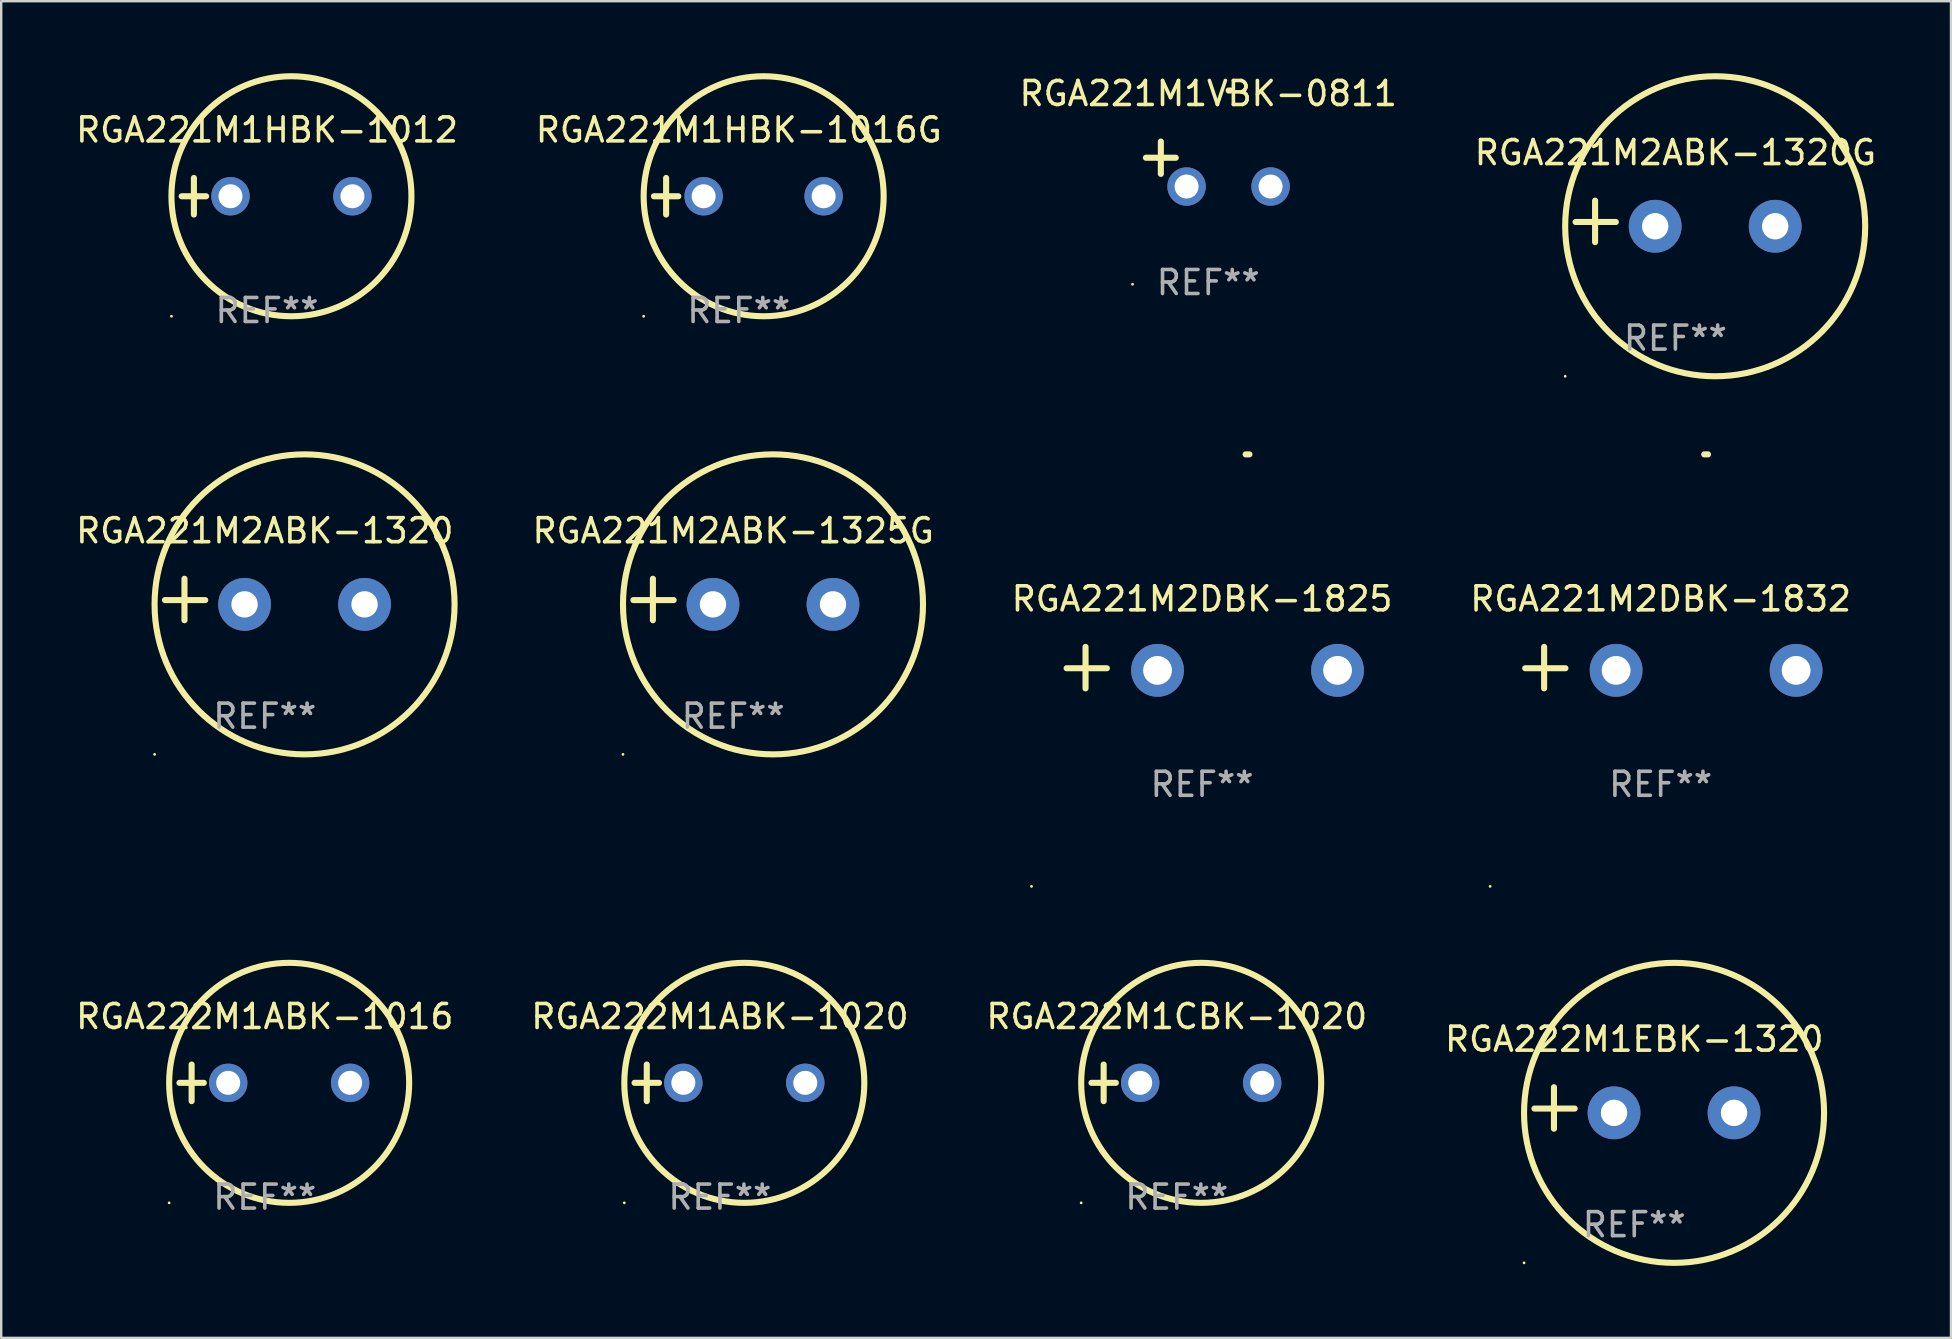
<source format=kicad_pcb>
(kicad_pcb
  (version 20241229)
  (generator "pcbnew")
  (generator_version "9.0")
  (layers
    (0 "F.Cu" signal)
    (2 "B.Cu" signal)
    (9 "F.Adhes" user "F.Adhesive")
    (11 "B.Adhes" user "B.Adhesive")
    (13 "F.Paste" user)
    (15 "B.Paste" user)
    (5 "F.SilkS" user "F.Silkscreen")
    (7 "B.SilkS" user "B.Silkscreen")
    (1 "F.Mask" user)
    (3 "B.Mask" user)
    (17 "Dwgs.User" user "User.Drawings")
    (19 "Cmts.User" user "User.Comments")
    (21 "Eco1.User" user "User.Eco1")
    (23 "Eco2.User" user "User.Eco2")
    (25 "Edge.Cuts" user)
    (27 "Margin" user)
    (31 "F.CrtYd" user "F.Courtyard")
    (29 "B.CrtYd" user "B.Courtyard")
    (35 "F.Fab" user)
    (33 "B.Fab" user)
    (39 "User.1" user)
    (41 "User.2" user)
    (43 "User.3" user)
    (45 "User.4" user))
  (footprint "RGA221M2DBK-1825"
    (layer "F.Cu")
    (at 47.035 24.767)
    (property "Reference" "RGA221M2DBK-1825" (at 0 -2.864 0) (layer "F.SilkS") (effects (font (size 1 1) (thickness 0.15))))
    (attr through_hole)
    (fp_line (start -4.856 0.864) (end -4.856 -0.864) (stroke (width 0.254) (type solid)) (layer "F.SilkS"))
    (fp_line (start -3.967 0.025) (end -5.644 0.025) (stroke (width 0.254) (type solid)) (layer "F.SilkS"))
    (fp_arc (start 1.815024 -8.885649) (mid 1.893764 -8.88599) (end 1.972504 -8.885649) (stroke (width 0.254001) (type solid)) (layer "F.SilkS"))
    (fp_circle (center -7.106 9.114) (end -7.076 9.114) (stroke (width 0.06) (type solid)) (fill no) (layer "F.SilkS"))
    (fp_text user "REF**" (at 0 4.864 0) (layer "F.Fab") (effects (font (size 1 1) (thickness 0.15))))
    (pad "1" thru_hole circle (at -1.856 0.114) (size 2.2 2.2) (drill 1.2) (layers "*.Cu" "*.Mask"))
    (pad "2" thru_hole circle (at 5.644 0.114) (size 2.2 2.2) (drill 1.2) (layers "*.Cu" "*.Mask")))
  (footprint "RGA221M1HBK-1016G"
    (layer "F.Cu")
    (at 27.732 5.127)
    (property "Reference" "RGA221M1HBK-1016G" (at 0 -2.762 0) (layer "F.SilkS") (effects (font (size 1 1) (thickness 0.15))))
    (attr through_hole)
    (fp_line (start -3.536 0) (end -2.52 0) (stroke (width 0.254) (type solid)) (layer "F.SilkS"))
    (fp_line (start -3.028 -0.762) (end -3.028 0.762) (stroke (width 0.254) (type solid)) (layer "F.SilkS"))
    (fp_circle (center -3.964 5) (end -3.934 5) (stroke (width 0.06) (type solid)) (fill no) (layer "F.SilkS"))
    (fp_circle (center 1.036 0) (end 6.036 0) (stroke (width 0.254) (type solid)) (fill no) (layer "F.SilkS"))
    (fp_text user "REF**" (at 0 4.762 0) (layer "F.Fab") (effects (font (size 1 1) (thickness 0.15))))
    (pad "1" thru_hole circle (at -1.464 0) (size 1.6 1.6) (drill 1) (layers "*.Cu" "*.Mask"))
    (pad "2" thru_hole circle (at 3.536 0) (size 1.6 1.6) (drill 1) (layers "*.Cu" "*.Mask")))
  (footprint "RGA221M1HBK-1012"
    (layer "F.Cu")
    (at 8.077 5.127)
    (property "Reference" "RGA221M1HBK-1012" (at 0 -2.762 0) (layer "F.SilkS") (effects (font (size 1 1) (thickness 0.15))))
    (attr through_hole)
    (fp_line (start -3.556 0) (end -2.54 0) (stroke (width 0.254) (type solid)) (layer "F.SilkS"))
    (fp_line (start -3.048 -0.762) (end -3.048 0.762) (stroke (width 0.254) (type solid)) (layer "F.SilkS"))
    (fp_circle (center -3.984 5) (end -3.954 5) (stroke (width 0.06) (type solid)) (fill no) (layer "F.SilkS"))
    (fp_circle (center 1.016 0) (end 6.016 0) (stroke (width 0.254) (type solid)) (fill no) (layer "F.SilkS"))
    (fp_text user "REF**" (at 0 4.762 0) (layer "F.Fab") (effects (font (size 1 1) (thickness 0.15))))
    (pad "1" thru_hole circle (at -1.524 0) (size 1.6 1.6) (drill 1) (layers "*.Cu" "*.Mask"))
    (pad "2" thru_hole circle (at 3.556 0) (size 1.6 1.6) (drill 1) (layers "*.Cu" "*.Mask")))
  (footprint "RGA221M2ABK-1320"
    (layer "F.Cu")
    (at 7.982 21.928)
    (property "Reference" "RGA221M2ABK-1320" (at 0 -2.864 0) (layer "F.SilkS") (effects (font (size 1 1) (thickness 0.15))))
    (attr through_hole)
    (fp_line (start -3.346 0.864) (end -3.346 -0.864) (stroke (width 0.254) (type solid)) (layer "F.SilkS"))
    (fp_line (start -2.482 0.025) (end -4.158 0.025) (stroke (width 0.254) (type solid)) (layer "F.SilkS"))
    (fp_circle (center -4.592 6.453) (end -4.562 6.453) (stroke (width 0.06) (type solid)) (fill no) (layer "F.SilkS"))
    (fp_circle (center 1.658 0.203) (end 7.908 0.203) (stroke (width 0.254) (type solid)) (fill no) (layer "F.SilkS"))
    (fp_text user "REF**" (at 0 4.864 0) (layer "F.Fab") (effects (font (size 1 1) (thickness 0.15))))
    (pad "1" thru_hole circle (at -0.842 0.203) (size 2.2 2.2) (drill 1.1) (layers "*.Cu" "*.Mask"))
    (pad "2" thru_hole circle (at 4.158 0.203) (size 2.2 2.2) (drill 1.1) (layers "*.Cu" "*.Mask")))
  (footprint "RGA221M2ABK-1320G"
    (layer "F.Cu")
    (at 66.756 6.174)
    (property "Reference" "RGA221M2ABK-1320G" (at 0 -2.864 0) (layer "F.SilkS") (effects (font (size 1 1) (thickness 0.15))))
    (attr through_hole)
    (fp_line (start -3.346 0.864) (end -3.346 -0.864) (stroke (width 0.254) (type solid)) (layer "F.SilkS"))
    (fp_line (start -2.482 0.025) (end -4.158 0.025) (stroke (width 0.254) (type solid)) (layer "F.SilkS"))
    (fp_circle (center -4.592 6.453) (end -4.562 6.453) (stroke (width 0.06) (type solid)) (fill no) (layer "F.SilkS"))
    (fp_circle (center 1.658 0.203) (end 7.908 0.203) (stroke (width 0.254) (type solid)) (fill no) (layer "F.SilkS"))
    (fp_text user "REF**" (at 0 4.864 0) (layer "F.Fab") (effects (font (size 1 1) (thickness 0.15))))
    (pad "1" thru_hole circle (at -0.842 0.203) (size 2.2 2.2) (drill 1.1) (layers "*.Cu" "*.Mask"))
    (pad "2" thru_hole circle (at 4.158 0.203) (size 2.2 2.2) (drill 1.1) (layers "*.Cu" "*.Mask")))
  (footprint "RGA221M1VBK-0811"
    (layer "F.Cu")
    (at 47.292 3.785)
    (property "Reference" "RGA221M1VBK-0811" (at 0 -2.937 0) (layer "F.SilkS") (effects (font (size 1 1) (thickness 0.15))))
    (attr through_hole)
    (fp_line (start -1.975 0.41) (end -1.975 -0.937) (stroke (width 0.254) (type solid)) (layer "F.SilkS"))
    (fp_line (start -1.353 -0.263) (end -2.597 -0.263) (stroke (width 0.254) (type solid)) (layer "F.SilkS"))
    (fp_arc (start 0.849809 -3.063957) (mid 0.885369 -3.064114) (end 0.920929 -3.063957) (stroke (width 0.254001) (type solid)) (layer "F.SilkS"))
    (fp_circle (center -3.154 5.008) (end -3.124 5.008) (stroke (width 0.06) (type solid)) (fill no) (layer "F.SilkS"))
    (fp_text user "REF**" (at 0 4.937 0) (layer "F.Fab") (effects (font (size 1 1) (thickness 0.15))))
    (pad "1" thru_hole circle (at -0.903 0.937) (size 1.6 1.6) (drill 1) (layers "*.Cu" "*.Mask"))
    (pad "2" thru_hole circle (at 2.597 0.937) (size 1.6 1.6) (drill 1) (layers "*.Cu" "*.Mask")))
  (footprint "RGA222M1CBK-1020"
    (layer "F.Cu")
    (at 45.982 42.067)
    (property "Reference" "RGA222M1CBK-1020" (at 0 -2.762 0) (layer "F.SilkS") (effects (font (size 1 1) (thickness 0.15))))
    (attr through_hole)
    (fp_line (start -3.556 0) (end -2.54 0) (stroke (width 0.254) (type solid)) (layer "F.SilkS"))
    (fp_line (start -3.048 -0.762) (end -3.048 0.762) (stroke (width 0.254) (type solid)) (layer "F.SilkS"))
    (fp_circle (center -3.984 5) (end -3.954 5) (stroke (width 0.06) (type solid)) (fill no) (layer "F.SilkS"))
    (fp_circle (center 1.016 0) (end 6.016 0) (stroke (width 0.254) (type solid)) (fill no) (layer "F.SilkS"))
    (fp_text user "REF**" (at 0 4.762 0) (layer "F.Fab") (effects (font (size 1 1) (thickness 0.15))))
    (pad "1" thru_hole circle (at -1.524 0) (size 1.6 1.6) (drill 1) (layers "*.Cu" "*.Mask"))
    (pad "2" thru_hole circle (at 3.556 0) (size 1.6 1.6) (drill 1) (layers "*.Cu" "*.Mask")))
  (footprint "RGA221M2DBK-1832"
    (layer "F.Cu")
    (at 66.142 24.767)
    (property "Reference" "RGA221M2DBK-1832" (at 0 -2.864 0) (layer "F.SilkS") (effects (font (size 1 1) (thickness 0.15))))
    (attr through_hole)
    (fp_line (start -4.856 0.864) (end -4.856 -0.864) (stroke (width 0.254) (type solid)) (layer "F.SilkS"))
    (fp_line (start -3.967 0.025) (end -5.644 0.025) (stroke (width 0.254) (type solid)) (layer "F.SilkS"))
    (fp_arc (start 1.815024 -8.885649) (mid 1.893764 -8.88599) (end 1.972504 -8.885649) (stroke (width 0.254001) (type solid)) (layer "F.SilkS"))
    (fp_circle (center -7.106 9.114) (end -7.076 9.114) (stroke (width 0.06) (type solid)) (fill no) (layer "F.SilkS"))
    (fp_text user "REF**" (at 0 4.864 0) (layer "F.Fab") (effects (font (size 1 1) (thickness 0.15))))
    (pad "1" thru_hole circle (at -1.856 0.114) (size 2.2 2.2) (drill 1.2) (layers "*.Cu" "*.Mask"))
    (pad "2" thru_hole circle (at 5.644 0.114) (size 2.2 2.2) (drill 1.2) (layers "*.Cu" "*.Mask")))
  (footprint "RGA222M1EBK-1320"
    (layer "F.Cu")
    (at 65.042 43.114)
    (property "Reference" "RGA222M1EBK-1320" (at 0 -2.864 0) (layer "F.SilkS") (effects (font (size 1 1) (thickness 0.15))))
    (attr through_hole)
    (fp_line (start -3.346 0.864) (end -3.346 -0.864) (stroke (width 0.254) (type solid)) (layer "F.SilkS"))
    (fp_line (start -2.482 0.025) (end -4.158 0.025) (stroke (width 0.254) (type solid)) (layer "F.SilkS"))
    (fp_circle (center -4.592 6.453) (end -4.562 6.453) (stroke (width 0.06) (type solid)) (fill no) (layer "F.SilkS"))
    (fp_circle (center 1.658 0.203) (end 7.908 0.203) (stroke (width 0.254) (type solid)) (fill no) (layer "F.SilkS"))
    (fp_text user "REF**" (at 0 4.864 0) (layer "F.Fab") (effects (font (size 1 1) (thickness 0.15))))
    (pad "1" thru_hole circle (at -0.842 0.203) (size 2.2 2.2) (drill 1.1) (layers "*.Cu" "*.Mask"))
    (pad "2" thru_hole circle (at 4.158 0.203) (size 2.2 2.2) (drill 1.1) (layers "*.Cu" "*.Mask")))
  (footprint "RGA222M1ABK-1020"
    (layer "F.Cu")
    (at 26.946 42.067)
    (property "Reference" "RGA222M1ABK-1020" (at 0 -2.762 0) (layer "F.SilkS") (effects (font (size 1 1) (thickness 0.15))))
    (attr through_hole)
    (fp_line (start -3.556 0) (end -2.54 0) (stroke (width 0.254) (type solid)) (layer "F.SilkS"))
    (fp_line (start -3.048 -0.762) (end -3.048 0.762) (stroke (width 0.254) (type solid)) (layer "F.SilkS"))
    (fp_circle (center -3.984 5) (end -3.954 5) (stroke (width 0.06) (type solid)) (fill no) (layer "F.SilkS"))
    (fp_circle (center 1.016 0) (end 6.016 0) (stroke (width 0.254) (type solid)) (fill no) (layer "F.SilkS"))
    (fp_text user "REF**" (at 0 4.762 0) (layer "F.Fab") (effects (font (size 1 1) (thickness 0.15))))
    (pad "1" thru_hole circle (at -1.524 0) (size 1.6 1.6) (drill 1) (layers "*.Cu" "*.Mask"))
    (pad "2" thru_hole circle (at 3.556 0) (size 1.6 1.6) (drill 1) (layers "*.Cu" "*.Mask")))
  (footprint "RGA222M1ABK-1016"
    (layer "F.Cu")
    (at 7.982 42.067)
    (property "Reference" "RGA222M1ABK-1016" (at 0 -2.762 0) (layer "F.SilkS") (effects (font (size 1 1) (thickness 0.15))))
    (attr through_hole)
    (fp_line (start -3.556 0) (end -2.54 0) (stroke (width 0.254) (type solid)) (layer "F.SilkS"))
    (fp_line (start -3.048 -0.762) (end -3.048 0.762) (stroke (width 0.254) (type solid)) (layer "F.SilkS"))
    (fp_circle (center -3.984 5) (end -3.954 5) (stroke (width 0.06) (type solid)) (fill no) (layer "F.SilkS"))
    (fp_circle (center 1.016 0) (end 6.016 0) (stroke (width 0.254) (type solid)) (fill no) (layer "F.SilkS"))
    (fp_text user "REF**" (at 0 4.762 0) (layer "F.Fab") (effects (font (size 1 1) (thickness 0.15))))
    (pad "1" thru_hole circle (at -1.524 0) (size 1.6 1.6) (drill 1) (layers "*.Cu" "*.Mask"))
    (pad "2" thru_hole circle (at 3.556 0) (size 1.6 1.6) (drill 1) (layers "*.Cu" "*.Mask")))
  (footprint "RGA221M2ABK-1325G"
    (layer "F.Cu")
    (at 27.499 21.928)
    (property "Reference" "RGA221M2ABK-1325G" (at 0 -2.864 0) (layer "F.SilkS") (effects (font (size 1 1) (thickness 0.15))))
    (attr through_hole)
    (fp_line (start -3.346 0.864) (end -3.346 -0.864) (stroke (width 0.254) (type solid)) (layer "F.SilkS"))
    (fp_line (start -2.482 0.025) (end -4.158 0.025) (stroke (width 0.254) (type solid)) (layer "F.SilkS"))
    (fp_circle (center -4.592 6.453) (end -4.562 6.453) (stroke (width 0.06) (type solid)) (fill no) (layer "F.SilkS"))
    (fp_circle (center 1.658 0.203) (end 7.908 0.203) (stroke (width 0.254) (type solid)) (fill no) (layer "F.SilkS"))
    (fp_text user "REF**" (at 0 4.864 0) (layer "F.Fab") (effects (font (size 1 1) (thickness 0.15))))
    (pad "1" thru_hole circle (at -0.842 0.203) (size 2.2 2.2) (drill 1.1) (layers "*.Cu" "*.Mask"))
    (pad "2" thru_hole circle (at 4.158 0.203) (size 2.2 2.2) (drill 1.1) (layers "*.Cu" "*.Mask")))
  (gr_rect
    (start -3 -3)
    (end 78.238 52.694)
    (stroke (width 0.1) (type default))
    (fill no)
    (layer "Edge.Cuts")))
</source>
